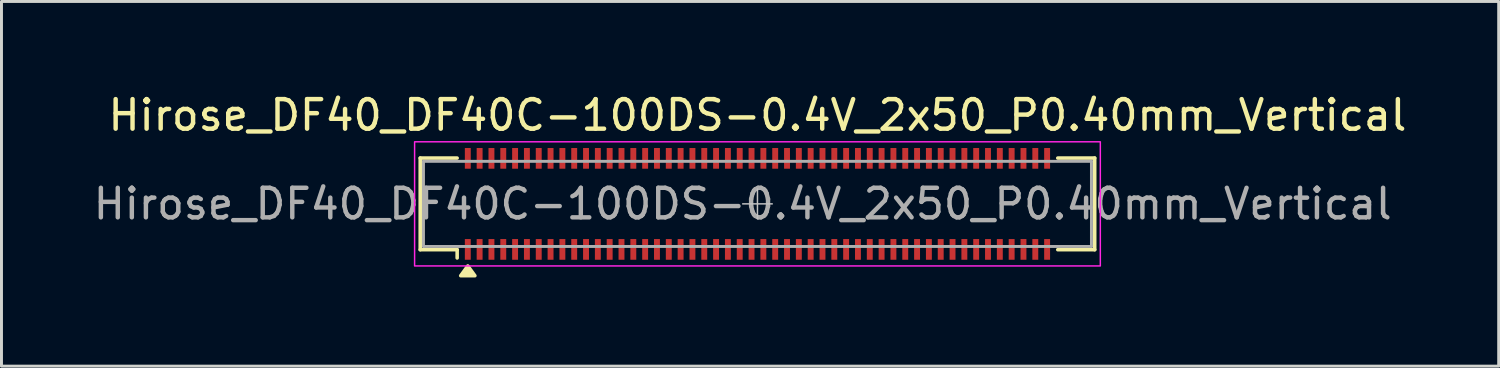
<source format=kicad_pcb>
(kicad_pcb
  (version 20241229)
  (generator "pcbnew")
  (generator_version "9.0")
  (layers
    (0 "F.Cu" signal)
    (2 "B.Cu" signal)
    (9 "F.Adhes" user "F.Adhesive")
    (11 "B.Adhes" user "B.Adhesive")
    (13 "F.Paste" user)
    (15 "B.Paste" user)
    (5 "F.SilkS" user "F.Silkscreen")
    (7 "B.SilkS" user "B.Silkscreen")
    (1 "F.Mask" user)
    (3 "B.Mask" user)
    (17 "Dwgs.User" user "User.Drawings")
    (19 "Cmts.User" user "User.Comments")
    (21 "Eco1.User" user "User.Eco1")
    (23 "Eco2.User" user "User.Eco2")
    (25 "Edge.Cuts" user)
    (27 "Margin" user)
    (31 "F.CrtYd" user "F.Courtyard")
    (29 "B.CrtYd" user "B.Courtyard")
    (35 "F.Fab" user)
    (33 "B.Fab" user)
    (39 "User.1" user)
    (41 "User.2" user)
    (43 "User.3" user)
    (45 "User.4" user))
  (footprint "Hirose_DF40_DF40C-100DS-0.4V_2x50_P0.40mm_Vertical"
    (layer "F.Cu")
    (at 22.577 3.848)
    (property "Reference" "Hirose_DF40_DF40C-100DS-0.4V_2x50_P0.40mm_Vertical" (at 0 -3 0) (layer "F.SilkS") (effects (font (size 1 1) (thickness 0.15))))
    (attr smd)
    (fp_line (start -11.41 -1.55) (end -10.16 -1.55) (stroke (width 0.12) (type solid)) (layer "F.SilkS"))
    (fp_line (start -11.41 1.55) (end -11.41 -1.55) (stroke (width 0.12) (type solid)) (layer "F.SilkS"))
    (fp_line (start -11.41 1.55) (end -10.16 1.55) (stroke (width 0.12) (type solid)) (layer "F.SilkS"))
    (fp_line (start -10.16 1.83) (end -10.16 1.55) (stroke (width 0.12) (type solid)) (layer "F.SilkS"))
    (fp_line (start 10.16 -1.55) (end 11.41 -1.55) (stroke (width 0.12) (type solid)) (layer "F.SilkS"))
    (fp_line (start 10.16 1.55) (end 11.41 1.55) (stroke (width 0.12) (type solid)) (layer "F.SilkS"))
    (fp_line (start 11.41 1.55) (end 11.41 -1.55) (stroke (width 0.12) (type solid)) (layer "F.SilkS"))
    (fp_poly (pts (xy -9.8 2.1) (xy -9.56 2.43) (xy -10.04 2.43) (xy -9.8 2.1)) (stroke (width 0.12) (type solid)) (fill yes) (layer "F.SilkS"))
    (fp_line (start -0.5 0) (end 0.5 0) (stroke (width 0.05) (type solid)) (layer "Dwgs.User"))
    (fp_line (start 0 0.5) (end 0 -0.5) (stroke (width 0.05) (type solid)) (layer "Dwgs.User"))
    (fp_rect (start -11.6 -2.1) (end 11.6 2.1) (stroke (width 0.05) (type default)) (fill no) (layer "F.CrtYd"))
    (fp_line (start -11.3 -1.44) (end 11.3 -1.44) (stroke (width 0.1) (type solid)) (layer "F.Fab"))
    (fp_line (start -11.3 1.44) (end -11.3 -1.44) (stroke (width 0.1) (type solid)) (layer "F.Fab"))
    (fp_line (start -11.3 1.44) (end 11.3 1.44) (stroke (width 0.1) (type solid)) (layer "F.Fab"))
    (fp_line (start 11.3 1.44) (end 11.3 -1.44) (stroke (width 0.1) (type solid)) (layer "F.Fab"))
    (fp_text user "${REFERENCE}" (at -0.5 0 180) (layer "F.Fab") (effects (font (size 1 1) (thickness 0.15))))
    (pad "1" smd rect (at -9.8 1.54 180) (size 0.2 0.7) (layers "F.Cu" "F.Mask" "F.Paste"))
    (pad "2" smd rect (at -9.8 -1.54 180) (size 0.2 0.7) (layers "F.Cu" "F.Mask" "F.Paste"))
    (pad "3" smd rect (at -9.4 1.54 180) (size 0.2 0.7) (layers "F.Cu" "F.Mask" "F.Paste"))
    (pad "4" smd rect (at -9.4 -1.54 180) (size 0.2 0.7) (layers "F.Cu" "F.Mask" "F.Paste"))
    (pad "5" smd rect (at -9 1.54 180) (size 0.2 0.7) (layers "F.Cu" "F.Mask" "F.Paste"))
    (pad "6" smd rect (at -9 -1.54 180) (size 0.2 0.7) (layers "F.Cu" "F.Mask" "F.Paste"))
    (pad "7" smd rect (at -8.6 1.54 180) (size 0.2 0.7) (layers "F.Cu" "F.Mask" "F.Paste"))
    (pad "8" smd rect (at -8.6 -1.54 180) (size 0.2 0.7) (layers "F.Cu" "F.Mask" "F.Paste"))
    (pad "9" smd rect (at -8.2 1.54 180) (size 0.2 0.7) (layers "F.Cu" "F.Mask" "F.Paste"))
    (pad "10" smd rect (at -8.2 -1.54 180) (size 0.2 0.7) (layers "F.Cu" "F.Mask" "F.Paste"))
    (pad "11" smd rect (at -7.8 1.54 180) (size 0.2 0.7) (layers "F.Cu" "F.Mask" "F.Paste"))
    (pad "12" smd rect (at -7.8 -1.54 180) (size 0.2 0.7) (layers "F.Cu" "F.Mask" "F.Paste"))
    (pad "13" smd rect (at -7.4 1.54 180) (size 0.2 0.7) (layers "F.Cu" "F.Mask" "F.Paste"))
    (pad "14" smd rect (at -7.4 -1.54 180) (size 0.2 0.7) (layers "F.Cu" "F.Mask" "F.Paste"))
    (pad "15" smd rect (at -7 1.54 180) (size 0.2 0.7) (layers "F.Cu" "F.Mask" "F.Paste"))
    (pad "16" smd rect (at -7 -1.54 180) (size 0.2 0.7) (layers "F.Cu" "F.Mask" "F.Paste"))
    (pad "17" smd rect (at -6.6 1.54 180) (size 0.2 0.7) (layers "F.Cu" "F.Mask" "F.Paste"))
    (pad "18" smd rect (at -6.6 -1.54 180) (size 0.2 0.7) (layers "F.Cu" "F.Mask" "F.Paste"))
    (pad "19" smd rect (at -6.2 1.54 180) (size 0.2 0.7) (layers "F.Cu" "F.Mask" "F.Paste"))
    (pad "20" smd rect (at -6.2 -1.54 180) (size 0.2 0.7) (layers "F.Cu" "F.Mask" "F.Paste"))
    (pad "21" smd rect (at -5.8 1.54 180) (size 0.2 0.7) (layers "F.Cu" "F.Mask" "F.Paste"))
    (pad "22" smd rect (at -5.8 -1.54 180) (size 0.2 0.7) (layers "F.Cu" "F.Mask" "F.Paste"))
    (pad "23" smd rect (at -5.4 1.54 180) (size 0.2 0.7) (layers "F.Cu" "F.Mask" "F.Paste"))
    (pad "24" smd rect (at -5.4 -1.54 180) (size 0.2 0.7) (layers "F.Cu" "F.Mask" "F.Paste"))
    (pad "25" smd rect (at -5 1.54 180) (size 0.2 0.7) (layers "F.Cu" "F.Mask" "F.Paste"))
    (pad "26" smd rect (at -5 -1.54 180) (size 0.2 0.7) (layers "F.Cu" "F.Mask" "F.Paste"))
    (pad "27" smd rect (at -4.6 1.54 180) (size 0.2 0.7) (layers "F.Cu" "F.Mask" "F.Paste"))
    (pad "28" smd rect (at -4.6 -1.54 180) (size 0.2 0.7) (layers "F.Cu" "F.Mask" "F.Paste"))
    (pad "29" smd rect (at -4.2 1.54 180) (size 0.2 0.7) (layers "F.Cu" "F.Mask" "F.Paste"))
    (pad "30" smd rect (at -4.2 -1.54 180) (size 0.2 0.7) (layers "F.Cu" "F.Mask" "F.Paste"))
    (pad "31" smd rect (at -3.8 1.54 180) (size 0.2 0.7) (layers "F.Cu" "F.Mask" "F.Paste"))
    (pad "32" smd rect (at -3.8 -1.54 180) (size 0.2 0.7) (layers "F.Cu" "F.Mask" "F.Paste"))
    (pad "33" smd rect (at -3.4 1.54 180) (size 0.2 0.7) (layers "F.Cu" "F.Mask" "F.Paste"))
    (pad "34" smd rect (at -3.4 -1.54 180) (size 0.2 0.7) (layers "F.Cu" "F.Mask" "F.Paste"))
    (pad "35" smd rect (at -3 1.54 180) (size 0.2 0.7) (layers "F.Cu" "F.Mask" "F.Paste"))
    (pad "36" smd rect (at -3 -1.54 180) (size 0.2 0.7) (layers "F.Cu" "F.Mask" "F.Paste"))
    (pad "37" smd rect (at -2.6 1.54 180) (size 0.2 0.7) (layers "F.Cu" "F.Mask" "F.Paste"))
    (pad "38" smd rect (at -2.6 -1.54 180) (size 0.2 0.7) (layers "F.Cu" "F.Mask" "F.Paste"))
    (pad "39" smd rect (at -2.2 1.54 180) (size 0.2 0.7) (layers "F.Cu" "F.Mask" "F.Paste"))
    (pad "40" smd rect (at -2.2 -1.54 180) (size 0.2 0.7) (layers "F.Cu" "F.Mask" "F.Paste"))
    (pad "41" smd rect (at -1.8 1.54 180) (size 0.2 0.7) (layers "F.Cu" "F.Mask" "F.Paste"))
    (pad "42" smd rect (at -1.8 -1.54 180) (size 0.2 0.7) (layers "F.Cu" "F.Mask" "F.Paste"))
    (pad "43" smd rect (at -1.4 1.54 180) (size 0.2 0.7) (layers "F.Cu" "F.Mask" "F.Paste"))
    (pad "44" smd rect (at -1.4 -1.54 180) (size 0.2 0.7) (layers "F.Cu" "F.Mask" "F.Paste"))
    (pad "45" smd rect (at -1 1.54 180) (size 0.2 0.7) (layers "F.Cu" "F.Mask" "F.Paste"))
    (pad "46" smd rect (at -1 -1.54 180) (size 0.2 0.7) (layers "F.Cu" "F.Mask" "F.Paste"))
    (pad "47" smd rect (at -0.6 1.54 180) (size 0.2 0.7) (layers "F.Cu" "F.Mask" "F.Paste"))
    (pad "48" smd rect (at -0.6 -1.54 180) (size 0.2 0.7) (layers "F.Cu" "F.Mask" "F.Paste"))
    (pad "49" smd rect (at -0.2 1.54 180) (size 0.2 0.7) (layers "F.Cu" "F.Mask" "F.Paste"))
    (pad "50" smd rect (at -0.2 -1.54 180) (size 0.2 0.7) (layers "F.Cu" "F.Mask" "F.Paste"))
    (pad "51" smd rect (at 0.2 1.54 180) (size 0.2 0.7) (layers "F.Cu" "F.Mask" "F.Paste"))
    (pad "52" smd rect (at 0.2 -1.54 180) (size 0.2 0.7) (layers "F.Cu" "F.Mask" "F.Paste"))
    (pad "53" smd rect (at 0.6 1.54 180) (size 0.2 0.7) (layers "F.Cu" "F.Mask" "F.Paste"))
    (pad "54" smd rect (at 0.6 -1.54 180) (size 0.2 0.7) (layers "F.Cu" "F.Mask" "F.Paste"))
    (pad "55" smd rect (at 1 1.54 180) (size 0.2 0.7) (layers "F.Cu" "F.Mask" "F.Paste"))
    (pad "56" smd rect (at 1 -1.54 180) (size 0.2 0.7) (layers "F.Cu" "F.Mask" "F.Paste"))
    (pad "57" smd rect (at 1.4 1.54 180) (size 0.2 0.7) (layers "F.Cu" "F.Mask" "F.Paste"))
    (pad "58" smd rect (at 1.4 -1.54 180) (size 0.2 0.7) (layers "F.Cu" "F.Mask" "F.Paste"))
    (pad "59" smd rect (at 1.8 1.54 180) (size 0.2 0.7) (layers "F.Cu" "F.Mask" "F.Paste"))
    (pad "60" smd rect (at 1.8 -1.54 180) (size 0.2 0.7) (layers "F.Cu" "F.Mask" "F.Paste"))
    (pad "61" smd rect (at 2.2 1.54 180) (size 0.2 0.7) (layers "F.Cu" "F.Mask" "F.Paste"))
    (pad "62" smd rect (at 2.2 -1.54 180) (size 0.2 0.7) (layers "F.Cu" "F.Mask" "F.Paste"))
    (pad "63" smd rect (at 2.6 1.54 180) (size 0.2 0.7) (layers "F.Cu" "F.Mask" "F.Paste"))
    (pad "64" smd rect (at 2.6 -1.54 180) (size 0.2 0.7) (layers "F.Cu" "F.Mask" "F.Paste"))
    (pad "65" smd rect (at 3 1.54 180) (size 0.2 0.7) (layers "F.Cu" "F.Mask" "F.Paste"))
    (pad "66" smd rect (at 3 -1.54 180) (size 0.2 0.7) (layers "F.Cu" "F.Mask" "F.Paste"))
    (pad "67" smd rect (at 3.4 1.54 180) (size 0.2 0.7) (layers "F.Cu" "F.Mask" "F.Paste"))
    (pad "68" smd rect (at 3.4 -1.54 180) (size 0.2 0.7) (layers "F.Cu" "F.Mask" "F.Paste"))
    (pad "69" smd rect (at 3.8 1.54 180) (size 0.2 0.7) (layers "F.Cu" "F.Mask" "F.Paste"))
    (pad "70" smd rect (at 3.8 -1.54 180) (size 0.2 0.7) (layers "F.Cu" "F.Mask" "F.Paste"))
    (pad "71" smd rect (at 4.2 1.54 180) (size 0.2 0.7) (layers "F.Cu" "F.Mask" "F.Paste"))
    (pad "72" smd rect (at 4.2 -1.54 180) (size 0.2 0.7) (layers "F.Cu" "F.Mask" "F.Paste"))
    (pad "73" smd rect (at 4.6 1.54 180) (size 0.2 0.7) (layers "F.Cu" "F.Mask" "F.Paste"))
    (pad "74" smd rect (at 4.6 -1.54 180) (size 0.2 0.7) (layers "F.Cu" "F.Mask" "F.Paste"))
    (pad "75" smd rect (at 5 1.54 180) (size 0.2 0.7) (layers "F.Cu" "F.Mask" "F.Paste"))
    (pad "76" smd rect (at 5 -1.54 180) (size 0.2 0.7) (layers "F.Cu" "F.Mask" "F.Paste"))
    (pad "77" smd rect (at 5.4 1.54 180) (size 0.2 0.7) (layers "F.Cu" "F.Mask" "F.Paste"))
    (pad "78" smd rect (at 5.4 -1.54 180) (size 0.2 0.7) (layers "F.Cu" "F.Mask" "F.Paste"))
    (pad "79" smd rect (at 5.8 1.54 180) (size 0.2 0.7) (layers "F.Cu" "F.Mask" "F.Paste"))
    (pad "80" smd rect (at 5.8 -1.54 180) (size 0.2 0.7) (layers "F.Cu" "F.Mask" "F.Paste"))
    (pad "81" smd rect (at 6.2 1.54 180) (size 0.2 0.7) (layers "F.Cu" "F.Mask" "F.Paste"))
    (pad "82" smd rect (at 6.2 -1.54 180) (size 0.2 0.7) (layers "F.Cu" "F.Mask" "F.Paste"))
    (pad "83" smd rect (at 6.6 1.54 180) (size 0.2 0.7) (layers "F.Cu" "F.Mask" "F.Paste"))
    (pad "84" smd rect (at 6.6 -1.54 180) (size 0.2 0.7) (layers "F.Cu" "F.Mask" "F.Paste"))
    (pad "85" smd rect (at 7 1.54 180) (size 0.2 0.7) (layers "F.Cu" "F.Mask" "F.Paste"))
    (pad "86" smd rect (at 7 -1.54 180) (size 0.2 0.7) (layers "F.Cu" "F.Mask" "F.Paste"))
    (pad "87" smd rect (at 7.4 1.54 180) (size 0.2 0.7) (layers "F.Cu" "F.Mask" "F.Paste"))
    (pad "88" smd rect (at 7.4 -1.54 180) (size 0.2 0.7) (layers "F.Cu" "F.Mask" "F.Paste"))
    (pad "89" smd rect (at 7.8 1.54 180) (size 0.2 0.7) (layers "F.Cu" "F.Mask" "F.Paste"))
    (pad "90" smd rect (at 7.8 -1.54 180) (size 0.2 0.7) (layers "F.Cu" "F.Mask" "F.Paste"))
    (pad "91" smd rect (at 8.2 1.54 180) (size 0.2 0.7) (layers "F.Cu" "F.Mask" "F.Paste"))
    (pad "92" smd rect (at 8.2 -1.54 180) (size 0.2 0.7) (layers "F.Cu" "F.Mask" "F.Paste"))
    (pad "93" smd rect (at 8.6 1.54 180) (size 0.2 0.7) (layers "F.Cu" "F.Mask" "F.Paste"))
    (pad "94" smd rect (at 8.6 -1.54 180) (size 0.2 0.7) (layers "F.Cu" "F.Mask" "F.Paste"))
    (pad "95" smd rect (at 9 1.54 180) (size 0.2 0.7) (layers "F.Cu" "F.Mask" "F.Paste"))
    (pad "96" smd rect (at 9 -1.54 180) (size 0.2 0.7) (layers "F.Cu" "F.Mask" "F.Paste"))
    (pad "97" smd rect (at 9.4 1.54 180) (size 0.2 0.7) (layers "F.Cu" "F.Mask" "F.Paste"))
    (pad "98" smd rect (at 9.4 -1.54 180) (size 0.2 0.7) (layers "F.Cu" "F.Mask" "F.Paste"))
    (pad "99" smd rect (at 9.8 1.54 180) (size 0.2 0.7) (layers "F.Cu" "F.Mask" "F.Paste"))
    (pad "100" smd rect (at 9.8 -1.54 180) (size 0.2 0.7) (layers "F.Cu" "F.Mask" "F.Paste")))
  (gr_rect
    (start -3 -3)
    (end 47.655 9.338)
    (stroke (width 0.1) (type default))
    (fill no)
    (layer "Edge.Cuts")))
</source>
